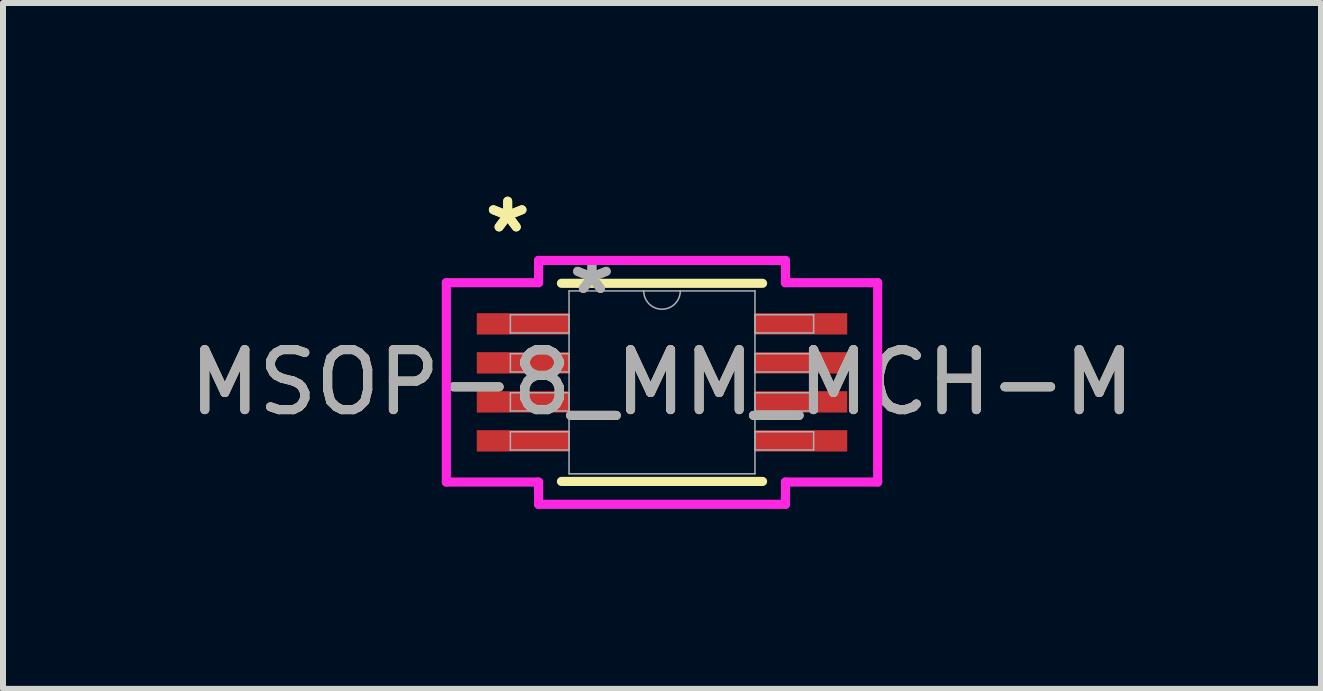
<source format=kicad_pcb>
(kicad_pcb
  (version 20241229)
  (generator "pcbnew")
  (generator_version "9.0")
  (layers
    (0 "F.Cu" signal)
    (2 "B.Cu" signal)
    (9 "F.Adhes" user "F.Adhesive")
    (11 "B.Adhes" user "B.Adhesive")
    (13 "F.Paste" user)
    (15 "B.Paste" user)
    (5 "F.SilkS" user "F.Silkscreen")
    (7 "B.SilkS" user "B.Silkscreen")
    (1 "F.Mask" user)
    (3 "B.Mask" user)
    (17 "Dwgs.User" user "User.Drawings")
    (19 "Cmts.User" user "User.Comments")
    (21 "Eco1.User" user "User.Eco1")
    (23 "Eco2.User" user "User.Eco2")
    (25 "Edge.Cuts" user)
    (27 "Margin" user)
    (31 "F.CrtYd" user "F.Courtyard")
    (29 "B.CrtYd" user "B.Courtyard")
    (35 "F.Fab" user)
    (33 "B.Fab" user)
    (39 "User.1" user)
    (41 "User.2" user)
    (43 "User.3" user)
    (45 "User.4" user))
  (footprint "MSOP-8_MM_MCH-M"
    (layer "F.Cu")
    (at 7.982 3.322)
    (property "Reference" "MSOP-8_MM_MCH-M" (at 0 0 0) (unlocked yes) (layer "F.SilkS") (effects (font (size 1 1) (thickness 0.15))))
    (attr smd)
    (fp_line (start -1.676 1.651) (end 1.676 1.651) (stroke (width 0.152) (type solid)) (layer "F.SilkS"))
    (fp_line (start 1.676 -1.651) (end -1.676 -1.651) (stroke (width 0.152) (type solid)) (layer "F.SilkS"))
    (fp_line (start -3.594 -1.661) (end -2.057 -1.661) (stroke (width 0.152) (type solid)) (layer "F.CrtYd"))
    (fp_line (start -3.594 1.661) (end -3.594 -1.661) (stroke (width 0.152) (type solid)) (layer "F.CrtYd"))
    (fp_line (start -3.594 1.661) (end -2.057 1.661) (stroke (width 0.152) (type solid)) (layer "F.CrtYd"))
    (fp_line (start -2.057 -2.032) (end 2.057 -2.032) (stroke (width 0.152) (type solid)) (layer "F.CrtYd"))
    (fp_line (start -2.057 -1.661) (end -2.057 -2.032) (stroke (width 0.152) (type solid)) (layer "F.CrtYd"))
    (fp_line (start -2.057 2.032) (end -2.057 1.661) (stroke (width 0.152) (type solid)) (layer "F.CrtYd"))
    (fp_line (start 2.057 -2.032) (end 2.057 -1.661) (stroke (width 0.152) (type solid)) (layer "F.CrtYd"))
    (fp_line (start 2.057 1.661) (end 2.057 2.032) (stroke (width 0.152) (type solid)) (layer "F.CrtYd"))
    (fp_line (start 2.057 2.032) (end -2.057 2.032) (stroke (width 0.152) (type solid)) (layer "F.CrtYd"))
    (fp_line (start 3.594 -1.661) (end 2.057 -1.661) (stroke (width 0.152) (type solid)) (layer "F.CrtYd"))
    (fp_line (start 3.594 -1.661) (end 3.594 1.661) (stroke (width 0.152) (type solid)) (layer "F.CrtYd"))
    (fp_line (start 3.594 1.661) (end 2.057 1.661) (stroke (width 0.152) (type solid)) (layer "F.CrtYd"))
    (fp_line (start -2.527 -1.127) (end -2.527 -0.823) (stroke (width 0.025) (type solid)) (layer "F.Fab"))
    (fp_line (start -2.527 -0.823) (end -1.549 -0.823) (stroke (width 0.025) (type solid)) (layer "F.Fab"))
    (fp_line (start -2.527 -0.477) (end -2.527 -0.173) (stroke (width 0.025) (type solid)) (layer "F.Fab"))
    (fp_line (start -2.527 -0.173) (end -1.549 -0.173) (stroke (width 0.025) (type solid)) (layer "F.Fab"))
    (fp_line (start -2.527 0.173) (end -2.527 0.477) (stroke (width 0.025) (type solid)) (layer "F.Fab"))
    (fp_line (start -2.527 0.477) (end -1.549 0.477) (stroke (width 0.025) (type solid)) (layer "F.Fab"))
    (fp_line (start -2.527 0.823) (end -2.527 1.127) (stroke (width 0.025) (type solid)) (layer "F.Fab"))
    (fp_line (start -2.527 1.127) (end -1.549 1.127) (stroke (width 0.025) (type solid)) (layer "F.Fab"))
    (fp_line (start -1.549 -1.524) (end -1.549 1.524) (stroke (width 0.025) (type solid)) (layer "F.Fab"))
    (fp_line (start -1.549 -1.127) (end -2.527 -1.127) (stroke (width 0.025) (type solid)) (layer "F.Fab"))
    (fp_line (start -1.549 -0.823) (end -1.549 -1.127) (stroke (width 0.025) (type solid)) (layer "F.Fab"))
    (fp_line (start -1.549 -0.477) (end -2.527 -0.477) (stroke (width 0.025) (type solid)) (layer "F.Fab"))
    (fp_line (start -1.549 -0.173) (end -1.549 -0.477) (stroke (width 0.025) (type solid)) (layer "F.Fab"))
    (fp_line (start -1.549 0.173) (end -2.527 0.173) (stroke (width 0.025) (type solid)) (layer "F.Fab"))
    (fp_line (start -1.549 0.477) (end -1.549 0.173) (stroke (width 0.025) (type solid)) (layer "F.Fab"))
    (fp_line (start -1.549 0.823) (end -2.527 0.823) (stroke (width 0.025) (type solid)) (layer "F.Fab"))
    (fp_line (start -1.549 1.127) (end -1.549 0.823) (stroke (width 0.025) (type solid)) (layer "F.Fab"))
    (fp_line (start -1.549 1.524) (end 1.549 1.524) (stroke (width 0.025) (type solid)) (layer "F.Fab"))
    (fp_line (start 1.549 -1.524) (end -1.549 -1.524) (stroke (width 0.025) (type solid)) (layer "F.Fab"))
    (fp_line (start 1.549 -1.127) (end 1.549 -0.823) (stroke (width 0.025) (type solid)) (layer "F.Fab"))
    (fp_line (start 1.549 -0.823) (end 2.527 -0.823) (stroke (width 0.025) (type solid)) (layer "F.Fab"))
    (fp_line (start 1.549 -0.477) (end 1.549 -0.173) (stroke (width 0.025) (type solid)) (layer "F.Fab"))
    (fp_line (start 1.549 -0.173) (end 2.527 -0.173) (stroke (width 0.025) (type solid)) (layer "F.Fab"))
    (fp_line (start 1.549 0.173) (end 1.549 0.477) (stroke (width 0.025) (type solid)) (layer "F.Fab"))
    (fp_line (start 1.549 0.477) (end 2.527 0.477) (stroke (width 0.025) (type solid)) (layer "F.Fab"))
    (fp_line (start 1.549 0.823) (end 1.549 1.127) (stroke (width 0.025) (type solid)) (layer "F.Fab"))
    (fp_line (start 1.549 1.127) (end 2.527 1.127) (stroke (width 0.025) (type solid)) (layer "F.Fab"))
    (fp_line (start 1.549 1.524) (end 1.549 -1.524) (stroke (width 0.025) (type solid)) (layer "F.Fab"))
    (fp_line (start 2.527 -1.127) (end 1.549 -1.127) (stroke (width 0.025) (type solid)) (layer "F.Fab"))
    (fp_line (start 2.527 -0.823) (end 2.527 -1.127) (stroke (width 0.025) (type solid)) (layer "F.Fab"))
    (fp_line (start 2.527 -0.477) (end 1.549 -0.477) (stroke (width 0.025) (type solid)) (layer "F.Fab"))
    (fp_line (start 2.527 -0.173) (end 2.527 -0.477) (stroke (width 0.025) (type solid)) (layer "F.Fab"))
    (fp_line (start 2.527 0.173) (end 1.549 0.173) (stroke (width 0.025) (type solid)) (layer "F.Fab"))
    (fp_line (start 2.527 0.477) (end 2.527 0.173) (stroke (width 0.025) (type solid)) (layer "F.Fab"))
    (fp_line (start 2.527 0.823) (end 1.549 0.823) (stroke (width 0.025) (type solid)) (layer "F.Fab"))
    (fp_line (start 2.527 1.127) (end 2.527 0.823) (stroke (width 0.025) (type solid)) (layer "F.Fab"))
    (fp_arc (start 0.3048 -1.524) (mid 0 -1.2192) (end -0.3048 -1.524) (stroke (width 0.0254) (type solid)) (layer "F.Fab"))
    (fp_text user "*" (at -2.572 -2.474 0) (layer "F.SilkS") (effects (font (size 1 1) (thickness 0.15))))
    (fp_text user "*" (at -2.572 -2.474 0) (unlocked yes) (layer "F.SilkS") (effects (font (size 1 1) (thickness 0.15))))
    (fp_text user "*" (at -1.168 -1.448 0) (unlocked yes) (layer "F.Fab") (effects (font (size 1 1) (thickness 0.15))))
    (fp_text user "${REFERENCE}" (at 0 0 0) (unlocked yes) (layer "F.Fab") (effects (font (size 1 1) (thickness 0.15))))
    (fp_text user "*" (at -1.168 -1.448 0) (layer "F.Fab") (effects (font (size 1 1) (thickness 0.15))))
    (pad "1" smd rect (at -2.318 -0.975) (size 1.537 0.356) (layers "F.Cu" "F.Mask" "F.Paste"))
    (pad "2" smd rect (at -2.318 -0.325) (size 1.537 0.356) (layers "F.Cu" "F.Mask" "F.Paste"))
    (pad "3" smd rect (at -2.318 0.325) (size 1.537 0.356) (layers "F.Cu" "F.Mask" "F.Paste"))
    (pad "4" smd rect (at -2.318 0.975) (size 1.537 0.356) (layers "F.Cu" "F.Mask" "F.Paste"))
    (pad "5" smd rect (at 2.318 0.975) (size 1.537 0.356) (layers "F.Cu" "F.Mask" "F.Paste"))
    (pad "6" smd rect (at 2.318 0.325) (size 1.537 0.356) (layers "F.Cu" "F.Mask" "F.Paste"))
    (pad "7" smd rect (at 2.318 -0.325) (size 1.537 0.356) (layers "F.Cu" "F.Mask" "F.Paste"))
    (pad "8" smd rect (at 2.318 -0.975) (size 1.537 0.356) (layers "F.Cu" "F.Mask" "F.Paste")))
  (gr_rect
    (start -3 -3)
    (end 18.964 8.43)
    (stroke (width 0.1) (type default))
    (fill no)
    (layer "Edge.Cuts")))
</source>
